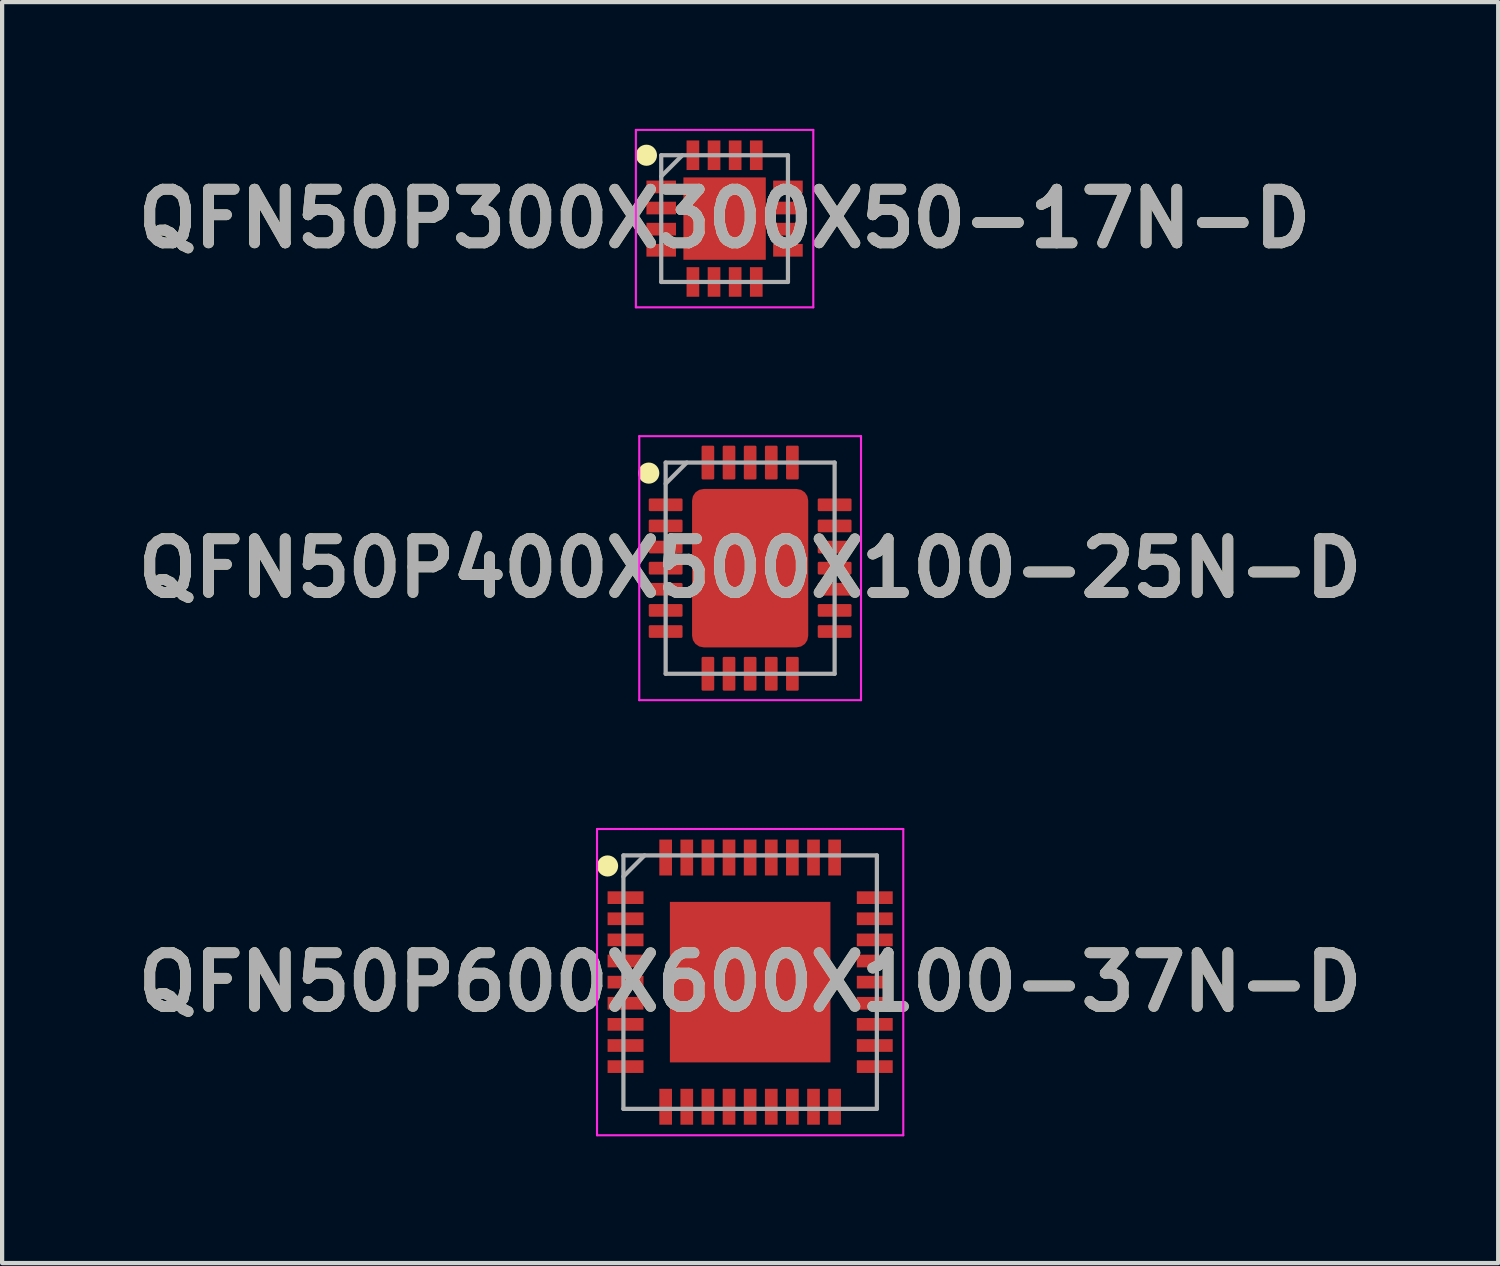
<source format=kicad_pcb>
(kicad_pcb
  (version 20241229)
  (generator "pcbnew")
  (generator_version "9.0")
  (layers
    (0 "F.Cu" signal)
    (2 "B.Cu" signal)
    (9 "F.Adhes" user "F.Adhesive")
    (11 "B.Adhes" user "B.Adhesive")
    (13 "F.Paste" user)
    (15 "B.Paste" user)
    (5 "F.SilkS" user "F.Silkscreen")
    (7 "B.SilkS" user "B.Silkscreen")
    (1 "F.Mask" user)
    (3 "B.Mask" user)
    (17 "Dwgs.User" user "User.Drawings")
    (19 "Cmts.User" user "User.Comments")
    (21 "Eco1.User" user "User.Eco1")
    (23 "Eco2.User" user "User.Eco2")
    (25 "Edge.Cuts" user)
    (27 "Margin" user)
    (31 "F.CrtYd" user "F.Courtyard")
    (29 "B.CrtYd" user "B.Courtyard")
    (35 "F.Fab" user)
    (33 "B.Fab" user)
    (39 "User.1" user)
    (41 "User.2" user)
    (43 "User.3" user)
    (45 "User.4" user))
  (footprint "QFN50P600X600X100-37N-D"
    (layer "F.Cu")
    (at 14.708 20.2)
    (property "Reference" "QFN50P600X600X100-37N-D" (at 0 0 0) (layer "F.SilkS") (effects (font (size 1.27 1.27) (thickness 0.254))))
    (attr smd)
    (fp_circle (center -3.375 -2.75) (end -3.375 -2.625) (stroke (width 0.25) (type solid)) (fill no) (layer "F.SilkS"))
    (fp_line (start -3.625 -3.625) (end 3.625 -3.625) (stroke (width 0.05) (type solid)) (layer "F.CrtYd"))
    (fp_line (start -3.625 3.625) (end -3.625 -3.625) (stroke (width 0.05) (type solid)) (layer "F.CrtYd"))
    (fp_line (start 3.625 -3.625) (end 3.625 3.625) (stroke (width 0.05) (type solid)) (layer "F.CrtYd"))
    (fp_line (start 3.625 3.625) (end -3.625 3.625) (stroke (width 0.05) (type solid)) (layer "F.CrtYd"))
    (fp_line (start -3 -3) (end 3 -3) (stroke (width 0.1) (type solid)) (layer "F.Fab"))
    (fp_line (start -3 -2.5) (end -2.5 -3) (stroke (width 0.1) (type solid)) (layer "F.Fab"))
    (fp_line (start -3 3) (end -3 -3) (stroke (width 0.1) (type solid)) (layer "F.Fab"))
    (fp_line (start 3 -3) (end 3 3) (stroke (width 0.1) (type solid)) (layer "F.Fab"))
    (fp_line (start 3 3) (end -3 3) (stroke (width 0.1) (type solid)) (layer "F.Fab"))
    (fp_text user "${REFERENCE}" (at 0 0 0) (layer "F.Fab") (effects (font (size 1.27 1.27) (thickness 0.254))))
    (pad "1" smd rect (at -2.95 -2 90) (size 0.3 0.85) (layers "F.Cu" "F.Mask" "F.Paste"))
    (pad "2" smd rect (at -2.95 -1.5 90) (size 0.3 0.85) (layers "F.Cu" "F.Mask" "F.Paste"))
    (pad "3" smd rect (at -2.95 -1 90) (size 0.3 0.85) (layers "F.Cu" "F.Mask" "F.Paste"))
    (pad "4" smd rect (at -2.95 -0.5 90) (size 0.3 0.85) (layers "F.Cu" "F.Mask" "F.Paste"))
    (pad "5" smd rect (at -2.95 0 90) (size 0.3 0.85) (layers "F.Cu" "F.Mask" "F.Paste"))
    (pad "6" smd rect (at -2.95 0.5 90) (size 0.3 0.85) (layers "F.Cu" "F.Mask" "F.Paste"))
    (pad "7" smd rect (at -2.95 1 90) (size 0.3 0.85) (layers "F.Cu" "F.Mask" "F.Paste"))
    (pad "8" smd rect (at -2.95 1.5 90) (size 0.3 0.85) (layers "F.Cu" "F.Mask" "F.Paste"))
    (pad "9" smd rect (at -2.95 2 90) (size 0.3 0.85) (layers "F.Cu" "F.Mask" "F.Paste"))
    (pad "10" smd rect (at -2 2.95) (size 0.3 0.85) (layers "F.Cu" "F.Mask" "F.Paste"))
    (pad "11" smd rect (at -1.5 2.95) (size 0.3 0.85) (layers "F.Cu" "F.Mask" "F.Paste"))
    (pad "12" smd rect (at -1 2.95) (size 0.3 0.85) (layers "F.Cu" "F.Mask" "F.Paste"))
    (pad "13" smd rect (at -0.5 2.95) (size 0.3 0.85) (layers "F.Cu" "F.Mask" "F.Paste"))
    (pad "14" smd rect (at 0 2.95) (size 0.3 0.85) (layers "F.Cu" "F.Mask" "F.Paste"))
    (pad "15" smd rect (at 0.5 2.95) (size 0.3 0.85) (layers "F.Cu" "F.Mask" "F.Paste"))
    (pad "16" smd rect (at 1 2.95) (size 0.3 0.85) (layers "F.Cu" "F.Mask" "F.Paste"))
    (pad "17" smd rect (at 1.5 2.95) (size 0.3 0.85) (layers "F.Cu" "F.Mask" "F.Paste"))
    (pad "18" smd rect (at 2 2.95) (size 0.3 0.85) (layers "F.Cu" "F.Mask" "F.Paste"))
    (pad "19" smd rect (at 2.95 2 90) (size 0.3 0.85) (layers "F.Cu" "F.Mask" "F.Paste"))
    (pad "20" smd rect (at 2.95 1.5 90) (size 0.3 0.85) (layers "F.Cu" "F.Mask" "F.Paste"))
    (pad "21" smd rect (at 2.95 1 90) (size 0.3 0.85) (layers "F.Cu" "F.Mask" "F.Paste"))
    (pad "22" smd rect (at 2.95 0.5 90) (size 0.3 0.85) (layers "F.Cu" "F.Mask" "F.Paste"))
    (pad "23" smd rect (at 2.95 0 90) (size 0.3 0.85) (layers "F.Cu" "F.Mask" "F.Paste"))
    (pad "24" smd rect (at 2.95 -0.5 90) (size 0.3 0.85) (layers "F.Cu" "F.Mask" "F.Paste"))
    (pad "25" smd rect (at 2.95 -1 90) (size 0.3 0.85) (layers "F.Cu" "F.Mask" "F.Paste"))
    (pad "26" smd rect (at 2.95 -1.5 90) (size 0.3 0.85) (layers "F.Cu" "F.Mask" "F.Paste"))
    (pad "27" smd rect (at 2.95 -2 90) (size 0.3 0.85) (layers "F.Cu" "F.Mask" "F.Paste"))
    (pad "28" smd rect (at 2 -2.95) (size 0.3 0.85) (layers "F.Cu" "F.Mask" "F.Paste"))
    (pad "29" smd rect (at 1.5 -2.95) (size 0.3 0.85) (layers "F.Cu" "F.Mask" "F.Paste"))
    (pad "30" smd rect (at 1 -2.95) (size 0.3 0.85) (layers "F.Cu" "F.Mask" "F.Paste"))
    (pad "31" smd rect (at 0.5 -2.95) (size 0.3 0.85) (layers "F.Cu" "F.Mask" "F.Paste"))
    (pad "32" smd rect (at 0 -2.95) (size 0.3 0.85) (layers "F.Cu" "F.Mask" "F.Paste"))
    (pad "33" smd rect (at -0.5 -2.95) (size 0.3 0.85) (layers "F.Cu" "F.Mask" "F.Paste"))
    (pad "34" smd rect (at -1 -2.95) (size 0.3 0.85) (layers "F.Cu" "F.Mask" "F.Paste"))
    (pad "35" smd rect (at -1.5 -2.95) (size 0.3 0.85) (layers "F.Cu" "F.Mask" "F.Paste"))
    (pad "36" smd rect (at -2 -2.95) (size 0.3 0.85) (layers "F.Cu" "F.Mask" "F.Paste"))
    (pad "37" smd rect (at 0 0) (size 3.8 3.8) (layers "F.Cu" "F.Mask" "F.Paste")))
  (footprint "QFN50P400X500X100-25N-D"
    (layer "F.Cu")
    (at 14.708 10.4)
    (property "Reference" "QFN50P400X500X100-25N-D" (at 0 0 0) (layer "F.SilkS") (effects (font (size 1.27 1.27) (thickness 0.254))))
    (attr smd)
    (fp_circle (center -2.4 -2.25) (end -2.4 -2.125) (stroke (width 0.25) (type solid)) (fill no) (layer "F.SilkS"))
    (fp_line (start -2.625 -3.125) (end 2.625 -3.125) (stroke (width 0.05) (type solid)) (layer "F.CrtYd"))
    (fp_line (start -2.625 3.125) (end -2.625 -3.125) (stroke (width 0.05) (type solid)) (layer "F.CrtYd"))
    (fp_line (start 2.625 -3.125) (end 2.625 3.125) (stroke (width 0.05) (type solid)) (layer "F.CrtYd"))
    (fp_line (start 2.625 3.125) (end -2.625 3.125) (stroke (width 0.05) (type solid)) (layer "F.CrtYd"))
    (fp_line (start -2 -2.5) (end 2 -2.5) (stroke (width 0.1) (type solid)) (layer "F.Fab"))
    (fp_line (start -2 -2) (end -1.5 -2.5) (stroke (width 0.1) (type solid)) (layer "F.Fab"))
    (fp_line (start -2 2.5) (end -2 -2.5) (stroke (width 0.1) (type solid)) (layer "F.Fab"))
    (fp_line (start 2 -2.5) (end 2 2.5) (stroke (width 0.1) (type solid)) (layer "F.Fab"))
    (fp_line (start 2 2.5) (end -2 2.5) (stroke (width 0.1) (type solid)) (layer "F.Fab"))
    (fp_text user "${REFERENCE}" (at 0 0 0) (layer "F.Fab") (effects (font (size 1.27 1.27) (thickness 0.254))))
    (pad "1" smd roundrect (at -2 -1.5 90) (size 0.3 0.8) (layers "F.Cu" "F.Mask" "F.Paste") (roundrect_rratio 0.1))
    (pad "2" smd roundrect (at -2 -1 90) (size 0.3 0.8) (layers "F.Cu" "F.Mask" "F.Paste") (roundrect_rratio 0.1))
    (pad "3" smd roundrect (at -2 -0.5 90) (size 0.3 0.8) (layers "F.Cu" "F.Mask" "F.Paste") (roundrect_rratio 0.1))
    (pad "4" smd roundrect (at -2 0 90) (size 0.3 0.8) (layers "F.Cu" "F.Mask" "F.Paste") (roundrect_rratio 0.1))
    (pad "5" smd roundrect (at -2 0.5 90) (size 0.3 0.8) (layers "F.Cu" "F.Mask" "F.Paste") (roundrect_rratio 0.1))
    (pad "6" smd roundrect (at -2 1 90) (size 0.3 0.8) (layers "F.Cu" "F.Mask" "F.Paste") (roundrect_rratio 0.1))
    (pad "7" smd roundrect (at -2 1.5 90) (size 0.3 0.8) (layers "F.Cu" "F.Mask" "F.Paste") (roundrect_rratio 0.1))
    (pad "8" smd roundrect (at -1 2.5) (size 0.3 0.8) (layers "F.Cu" "F.Mask" "F.Paste") (roundrect_rratio 0.1))
    (pad "9" smd roundrect (at -0.5 2.5) (size 0.3 0.8) (layers "F.Cu" "F.Mask" "F.Paste") (roundrect_rratio 0.1))
    (pad "10" smd roundrect (at 0 2.5) (size 0.3 0.8) (layers "F.Cu" "F.Mask" "F.Paste") (roundrect_rratio 0.1))
    (pad "11" smd roundrect (at 0.5 2.5) (size 0.3 0.8) (layers "F.Cu" "F.Mask" "F.Paste") (roundrect_rratio 0.1))
    (pad "12" smd roundrect (at 1 2.5) (size 0.3 0.8) (layers "F.Cu" "F.Mask" "F.Paste") (roundrect_rratio 0.1))
    (pad "13" smd roundrect (at 2 1.5 90) (size 0.3 0.8) (layers "F.Cu" "F.Mask" "F.Paste") (roundrect_rratio 0.1))
    (pad "14" smd roundrect (at 2 1 90) (size 0.3 0.8) (layers "F.Cu" "F.Mask" "F.Paste") (roundrect_rratio 0.1))
    (pad "15" smd roundrect (at 2 0.5 90) (size 0.3 0.8) (layers "F.Cu" "F.Mask" "F.Paste") (roundrect_rratio 0.1))
    (pad "16" smd roundrect (at 2 0 90) (size 0.3 0.8) (layers "F.Cu" "F.Mask" "F.Paste") (roundrect_rratio 0.1))
    (pad "17" smd roundrect (at 2 -0.5 90) (size 0.3 0.8) (layers "F.Cu" "F.Mask" "F.Paste") (roundrect_rratio 0.1))
    (pad "18" smd roundrect (at 2 -1 90) (size 0.3 0.8) (layers "F.Cu" "F.Mask" "F.Paste") (roundrect_rratio 0.1))
    (pad "19" smd roundrect (at 2 -1.5 90) (size 0.3 0.8) (layers "F.Cu" "F.Mask" "F.Paste") (roundrect_rratio 0.1))
    (pad "20" smd roundrect (at 1 -2.5) (size 0.3 0.8) (layers "F.Cu" "F.Mask" "F.Paste") (roundrect_rratio 0.1))
    (pad "21" smd roundrect (at 0.5 -2.5) (size 0.3 0.8) (layers "F.Cu" "F.Mask" "F.Paste") (roundrect_rratio 0.1))
    (pad "22" smd roundrect (at 0 -2.5) (size 0.3 0.8) (layers "F.Cu" "F.Mask" "F.Paste") (roundrect_rratio 0.1))
    (pad "23" smd roundrect (at -0.5 -2.5) (size 0.3 0.8) (layers "F.Cu" "F.Mask" "F.Paste") (roundrect_rratio 0.1))
    (pad "24" smd roundrect (at -1 -2.5) (size 0.3 0.8) (layers "F.Cu" "F.Mask" "F.Paste") (roundrect_rratio 0.1))
    (pad "25" smd roundrect (at 0 0) (size 2.75 3.75) (layers "F.Cu" "F.Mask" "F.Paste") (roundrect_rratio 0.1)))
  (footprint "QFN50P300X300X50-17N-D"
    (layer "F.Cu")
    (at 14.103 2.125)
    (property "Reference" "QFN50P300X300X50-17N-D" (at 0 0 0) (layer "F.SilkS") (effects (font (size 1.27 1.27) (thickness 0.254))))
    (attr smd)
    (fp_circle (center -1.85 -1.5) (end -1.85 -1.375) (stroke (width 0.25) (type solid)) (fill no) (layer "F.SilkS"))
    (fp_line (start -2.1 -2.1) (end 2.1 -2.1) (stroke (width 0.05) (type solid)) (layer "F.CrtYd"))
    (fp_line (start -2.1 2.1) (end -2.1 -2.1) (stroke (width 0.05) (type solid)) (layer "F.CrtYd"))
    (fp_line (start 2.1 -2.1) (end 2.1 2.1) (stroke (width 0.05) (type solid)) (layer "F.CrtYd"))
    (fp_line (start 2.1 2.1) (end -2.1 2.1) (stroke (width 0.05) (type solid)) (layer "F.CrtYd"))
    (fp_line (start -1.5 -1.5) (end 1.5 -1.5) (stroke (width 0.1) (type solid)) (layer "F.Fab"))
    (fp_line (start -1.5 -1) (end -1 -1.5) (stroke (width 0.1) (type solid)) (layer "F.Fab"))
    (fp_line (start -1.5 1.5) (end -1.5 -1.5) (stroke (width 0.1) (type solid)) (layer "F.Fab"))
    (fp_line (start 1.5 -1.5) (end 1.5 1.5) (stroke (width 0.1) (type solid)) (layer "F.Fab"))
    (fp_line (start 1.5 1.5) (end -1.5 1.5) (stroke (width 0.1) (type solid)) (layer "F.Fab"))
    (fp_text user "${REFERENCE}" (at 0 0 0) (layer "F.Fab") (effects (font (size 1.27 1.27) (thickness 0.254))))
    (pad "1" smd rect (at -1.5 -0.75 90) (size 0.3 0.7) (layers "F.Cu" "F.Mask" "F.Paste"))
    (pad "2" smd rect (at -1.5 -0.25 90) (size 0.3 0.7) (layers "F.Cu" "F.Mask" "F.Paste"))
    (pad "3" smd rect (at -1.5 0.25 90) (size 0.3 0.7) (layers "F.Cu" "F.Mask" "F.Paste"))
    (pad "4" smd rect (at -1.5 0.75 90) (size 0.3 0.7) (layers "F.Cu" "F.Mask" "F.Paste"))
    (pad "5" smd rect (at -0.75 1.5) (size 0.3 0.7) (layers "F.Cu" "F.Mask" "F.Paste"))
    (pad "6" smd rect (at -0.25 1.5) (size 0.3 0.7) (layers "F.Cu" "F.Mask" "F.Paste"))
    (pad "7" smd rect (at 0.25 1.5) (size 0.3 0.7) (layers "F.Cu" "F.Mask" "F.Paste"))
    (pad "8" smd rect (at 0.75 1.5) (size 0.3 0.7) (layers "F.Cu" "F.Mask" "F.Paste"))
    (pad "9" smd rect (at 1.5 0.75 90) (size 0.3 0.7) (layers "F.Cu" "F.Mask" "F.Paste"))
    (pad "10" smd rect (at 1.5 0.25 90) (size 0.3 0.7) (layers "F.Cu" "F.Mask" "F.Paste"))
    (pad "11" smd rect (at 1.5 -0.25 90) (size 0.3 0.7) (layers "F.Cu" "F.Mask" "F.Paste"))
    (pad "12" smd rect (at 1.5 -0.75 90) (size 0.3 0.7) (layers "F.Cu" "F.Mask" "F.Paste"))
    (pad "13" smd rect (at 0.75 -1.5) (size 0.3 0.7) (layers "F.Cu" "F.Mask" "F.Paste"))
    (pad "14" smd rect (at 0.25 -1.5) (size 0.3 0.7) (layers "F.Cu" "F.Mask" "F.Paste"))
    (pad "15" smd rect (at -0.25 -1.5) (size 0.3 0.7) (layers "F.Cu" "F.Mask" "F.Paste"))
    (pad "16" smd rect (at -0.75 -1.5) (size 0.3 0.7) (layers "F.Cu" "F.Mask" "F.Paste"))
    (pad "17" smd rect (at 0 0) (size 1.95 1.95) (layers "F.Cu" "F.Mask" "F.Paste")))
  (gr_rect
    (start -3 -3)
    (end 32.416 26.85)
    (stroke (width 0.1) (type default))
    (fill no)
    (layer "Edge.Cuts")))
</source>
